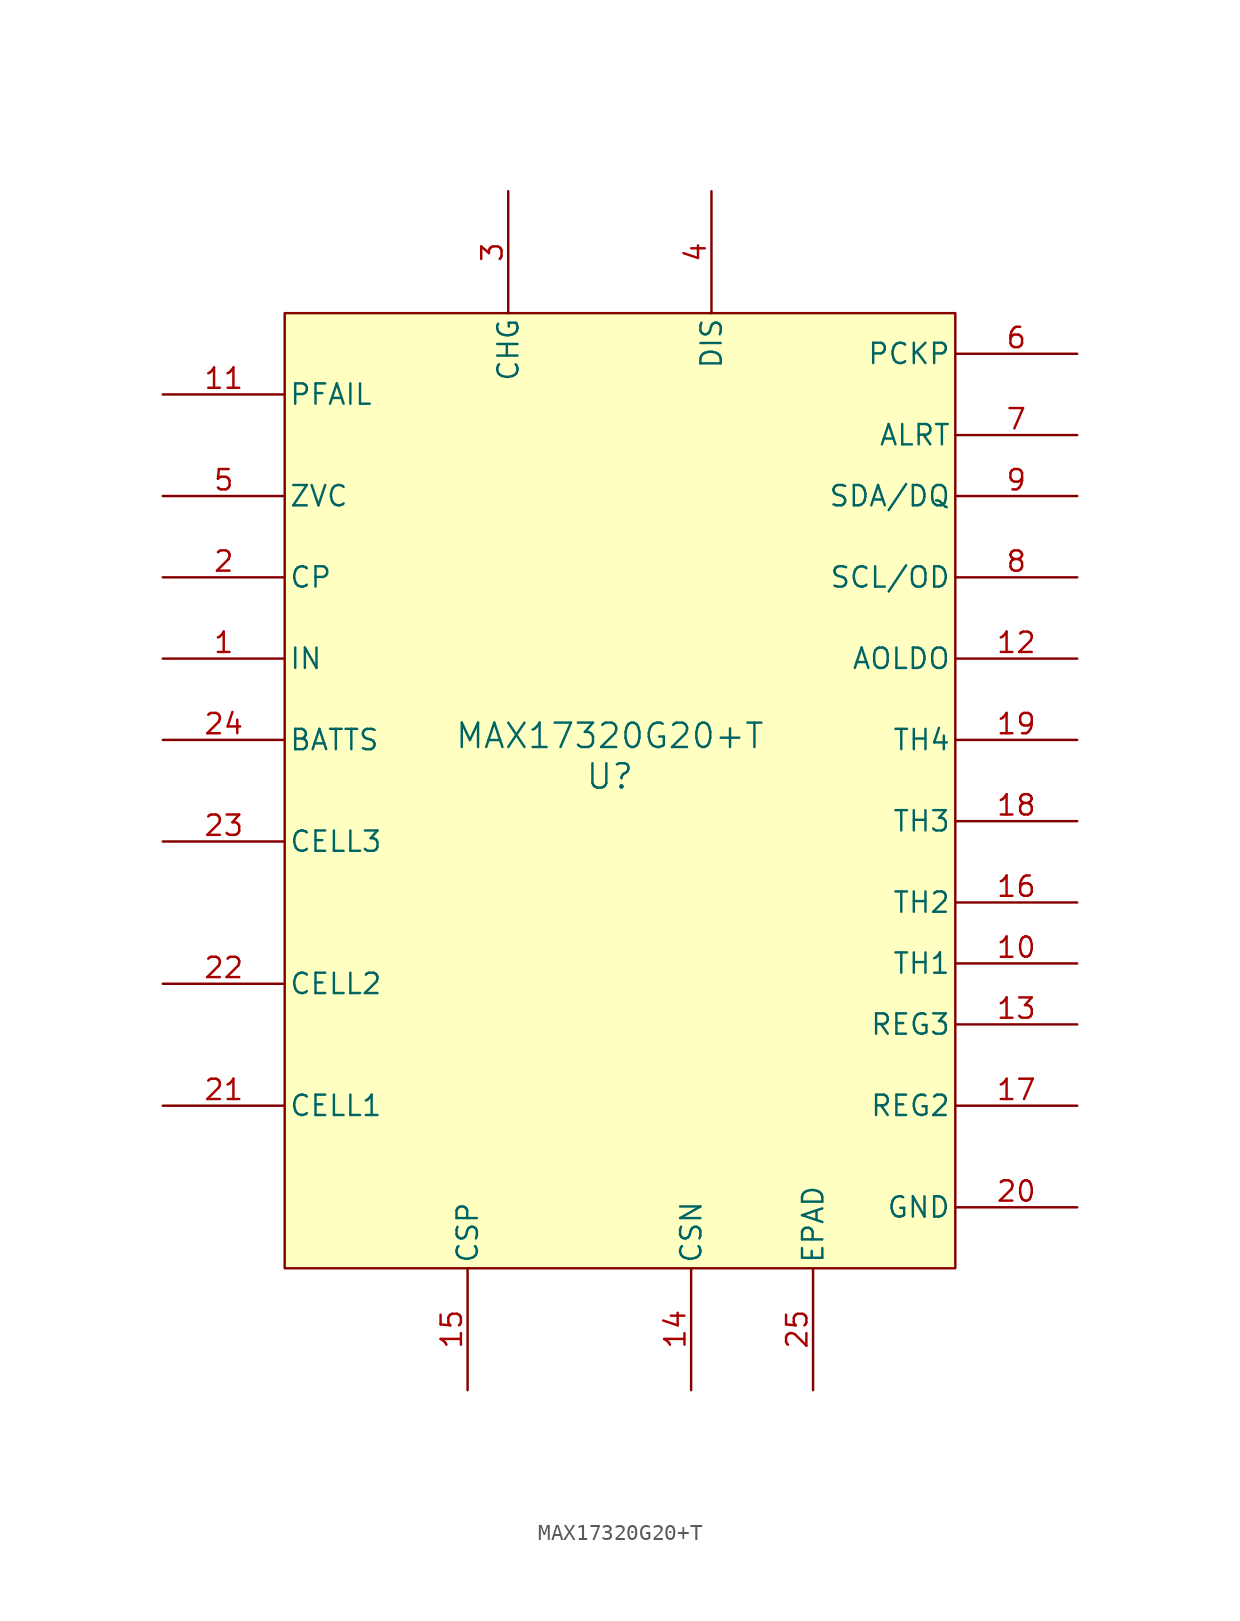
<source format=kicad_sym>
(kicad_symbol_lib
  (version 20241209)
  (generator "kicad_symbol_editor")
  (generator_version "9.0")
  (symbol "MAX17320G20+T"
    (pin_names
      (offset 0.254))
    (property "Reference" "U"
      (at 2.54 -1.016 0)
      (effects (font (size 1.524 1.524))))
    (property "Value" "MAX17320G20+T"
      (at 2.54 1.524 0)
      (effects (font (size 1.524 1.524))))
    (property "ki_locked" ""
      (at 0 0 0)
      (effects (font (size 1.27 1.27))))
    (symbol "MAX17320G20+T_0_1"
      (pin unspecified line (at -25.4 22.86 0) (length 7.62) (name "PFAIL" (effects (font (size 1.27 1.27)))) (number "11" (effects (font (size 1.27 1.27)))))
      (pin unspecified line (at -25.4 16.51 0) (length 7.62) (name "ZVC" (effects (font (size 1.27 1.27)))) (number "5" (effects (font (size 1.27 1.27)))))
      (pin output line (at -25.4 11.43 0) (length 7.62) (name "CP" (effects (font (size 1.27 1.27)))) (number "2" (effects (font (size 1.27 1.27)))))
      (pin input line (at -25.4 6.35 0) (length 7.62) (name "IN" (effects (font (size 1.27 1.27)))) (number "1" (effects (font (size 1.27 1.27)))))
      (pin unspecified line (at -25.4 1.27 0) (length 7.62) (name "BATTS" (effects (font (size 1.27 1.27)))) (number "24" (effects (font (size 1.27 1.27)))))
      (pin unspecified line (at -25.4 -5.08 0) (length 7.62) (name "CELL3" (effects (font (size 1.27 1.27)))) (number "23" (effects (font (size 1.27 1.27)))))
      (pin unspecified line (at -25.4 -13.97 0) (length 7.62) (name "CELL2" (effects (font (size 1.27 1.27)))) (number "22" (effects (font (size 1.27 1.27)))))
      (pin unspecified line (at -25.4 -21.59 0) (length 7.62) (name "CELL1" (effects (font (size 1.27 1.27)))) (number "21" (effects (font (size 1.27 1.27)))))
      (pin unspecified line (at -6.35 -39.37 90) (length 7.62) (name "CSP" (effects (font (size 1.27 1.27)))) (number "15" (effects (font (size 1.27 1.27)))))
      (pin unspecified line (at -3.81 35.56 270) (length 7.62) (name "CHG" (effects (font (size 1.27 1.27)))) (number "3" (effects (font (size 1.27 1.27)))))
      (pin unspecified line (at 7.62 -39.37 90) (length 7.62) (name "CSN" (effects (font (size 1.27 1.27)))) (number "14" (effects (font (size 1.27 1.27)))))
      (pin unspecified line (at 8.89 35.56 270) (length 7.62) (name "DIS" (effects (font (size 1.27 1.27)))) (number "4" (effects (font (size 1.27 1.27)))))
      (pin power_in line (at 15.24 -39.37 90) (length 7.62) (name "EPAD" (effects (font (size 1.27 1.27)))) (number "25" (effects (font (size 1.27 1.27)))))
      (pin output line (at 31.75 20.32 180) (length 7.62) (name "ALRT" (effects (font (size 1.27 1.27)))) (number "7" (effects (font (size 1.27 1.27)))))
      (pin bidirectional line (at 31.75 16.51 180) (length 7.62) (name "SDA/DQ" (effects (font (size 1.27 1.27)))) (number "9" (effects (font (size 1.27 1.27)))))
      (pin input line (at 31.75 11.43 180) (length 7.62) (name "SCL/OD" (effects (font (size 1.27 1.27)))) (number "8" (effects (font (size 1.27 1.27)))))
      (pin unspecified line (at 31.75 6.35 180) (length 7.62) (name "AOLDO" (effects (font (size 1.27 1.27)))) (number "12" (effects (font (size 1.27 1.27)))))
      (pin input line (at 31.75 1.27 180) (length 7.62) (name "TH4" (effects (font (size 1.27 1.27)))) (number "19" (effects (font (size 1.27 1.27)))))
      (pin input line (at 31.75 -3.81 180) (length 7.62) (name "TH3" (effects (font (size 1.27 1.27)))) (number "18" (effects (font (size 1.27 1.27)))))
      (pin input line (at 31.75 -8.89 180) (length 7.62) (name "TH2" (effects (font (size 1.27 1.27)))) (number "16" (effects (font (size 1.27 1.27)))))
      (pin input line (at 31.75 -12.7 180) (length 7.62) (name "TH1" (effects (font (size 1.27 1.27)))) (number "10" (effects (font (size 1.27 1.27)))))
      (pin output line (at 31.75 -16.51 180) (length 7.62) (name "REG3" (effects (font (size 1.27 1.27)))) (number "13" (effects (font (size 1.27 1.27)))))
      (pin output line (at 31.75 -21.59 180) (length 7.62) (name "REG2" (effects (font (size 1.27 1.27)))) (number "17" (effects (font (size 1.27 1.27)))))
      (pin power_in line (at 31.75 -27.94 180) (length 7.62) (name "GND" (effects (font (size 1.27 1.27)))) (number "20" (effects (font (size 1.27 1.27))))))
    (symbol "MAX17320G20+T_1_1"
      (rectangle (start -17.78 27.94) (end 24.13 -31.75) (stroke (width 0) (type solid)) (fill (type background)))
      (pin unspecified line (at 31.75 25.4 180) (length 7.62) (name "PCKP" (effects (font (size 1.27 1.27)))) (number "6" (effects (font (size 1.27 1.27))))))))
</source>
